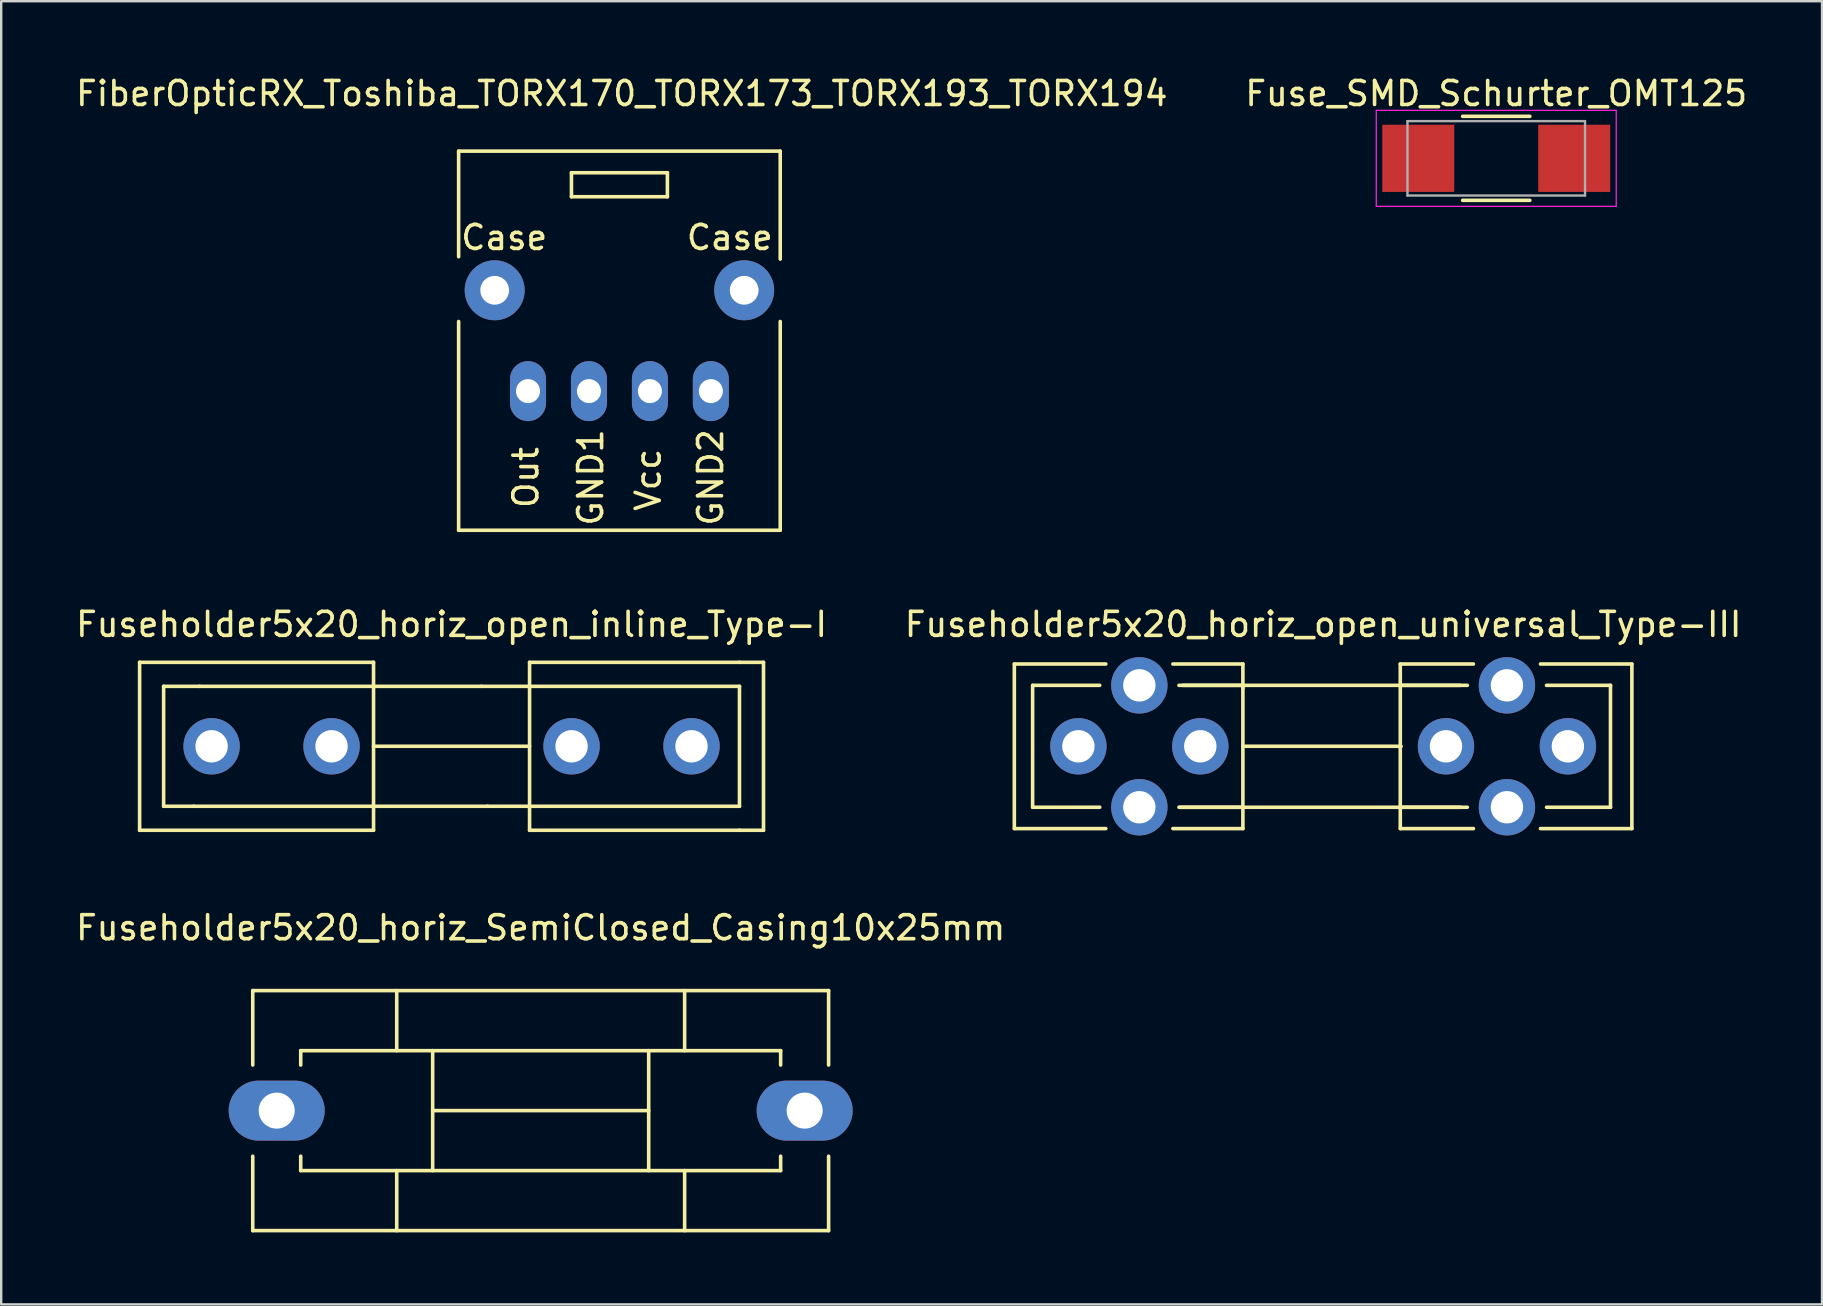
<source format=kicad_pcb>
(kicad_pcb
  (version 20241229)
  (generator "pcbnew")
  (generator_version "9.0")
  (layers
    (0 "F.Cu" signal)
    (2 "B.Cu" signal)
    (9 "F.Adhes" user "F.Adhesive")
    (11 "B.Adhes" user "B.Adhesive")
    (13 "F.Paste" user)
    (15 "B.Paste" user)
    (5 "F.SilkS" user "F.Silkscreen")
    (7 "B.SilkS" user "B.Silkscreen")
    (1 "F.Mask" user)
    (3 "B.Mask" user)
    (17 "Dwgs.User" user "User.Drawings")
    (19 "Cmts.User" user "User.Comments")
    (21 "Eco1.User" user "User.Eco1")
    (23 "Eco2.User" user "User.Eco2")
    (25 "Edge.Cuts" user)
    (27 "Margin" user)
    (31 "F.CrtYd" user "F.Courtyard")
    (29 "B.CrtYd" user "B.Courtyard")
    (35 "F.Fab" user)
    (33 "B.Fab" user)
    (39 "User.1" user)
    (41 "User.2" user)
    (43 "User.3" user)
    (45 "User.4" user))
  (footprint "Fuseholder5x20_horiz_open_inline_Type-I"
    (layer "F.Cu")
    (at 15.768 28.051)
    (property "Reference" "Fuseholder5x20_horiz_open_inline_Type-I" (at 0 -5.08 0) (layer "F.SilkS") (effects (font (size 1 1) (thickness 0.15))))
    (attr through_hole)
    (fp_line (start -13 -3.5) (end -13 3.5) (stroke (width 0.15) (type solid)) (layer "F.SilkS"))
    (fp_line (start -11.999 -2.499) (end -11.999 2.499) (stroke (width 0.15) (type solid)) (layer "F.SilkS"))
    (fp_line (start -10.749 2.499) (end -11.999 2.499) (stroke (width 0.15) (type solid)) (layer "F.SilkS"))
    (fp_line (start -10.5 -2.499) (end -11.999 -2.499) (stroke (width 0.15) (type solid)) (layer "F.SilkS"))
    (fp_line (start -3.251 -3.5) (end -13 -3.5) (stroke (width 0.15) (type solid)) (layer "F.SilkS"))
    (fp_line (start -3.251 -3.5) (end -3.251 3.5) (stroke (width 0.15) (type solid)) (layer "F.SilkS"))
    (fp_line (start -3.251 3.5) (end -13 3.5) (stroke (width 0.15) (type solid)) (layer "F.SilkS"))
    (fp_line (start 1.25 -2.499) (end -10.5 -2.499) (stroke (width 0.15) (type solid)) (layer "F.SilkS"))
    (fp_line (start 1.501 2.499) (end -10.749 2.499) (stroke (width 0.15) (type solid)) (layer "F.SilkS"))
    (fp_line (start 3.251 -3.5) (end 3.251 3.5) (stroke (width 0.15) (type solid)) (layer "F.SilkS"))
    (fp_line (start 3.251 0) (end -3.251 0) (stroke (width 0.15) (type solid)) (layer "F.SilkS"))
    (fp_line (start 11.999 -3.5) (end 3.251 -3.5) (stroke (width 0.15) (type solid)) (layer "F.SilkS"))
    (fp_line (start 11.999 -2.499) (end 1.25 -2.499) (stroke (width 0.15) (type solid)) (layer "F.SilkS"))
    (fp_line (start 11.999 -2.499) (end 11.999 2.499) (stroke (width 0.15) (type solid)) (layer "F.SilkS"))
    (fp_line (start 11.999 2.499) (end 1.501 2.499) (stroke (width 0.15) (type solid)) (layer "F.SilkS"))
    (fp_line (start 11.999 3.5) (end 3.251 3.5) (stroke (width 0.15) (type solid)) (layer "F.SilkS"))
    (fp_line (start 13 -3.5) (end 11.999 -3.5) (stroke (width 0.15) (type solid)) (layer "F.SilkS"))
    (fp_line (start 13 -3.5) (end 13 3.5) (stroke (width 0.15) (type solid)) (layer "F.SilkS"))
    (fp_line (start 13 3.5) (end 11.999 3.5) (stroke (width 0.15) (type solid)) (layer "F.SilkS"))
    (pad "1" thru_hole circle (at -10 0) (size 2.349 2.349) (drill 1.349) (layers "*.Cu" "*.Mask"))
    (pad "1" thru_hole circle (at -5.001 0) (size 2.349 2.349) (drill 1.349) (layers "*.Cu" "*.Mask"))
    (pad "2" thru_hole circle (at 5.001 0) (size 2.349 2.349) (drill 1.349) (layers "*.Cu" "*.Mask"))
    (pad "2" thru_hole circle (at 10 0) (size 2.349 2.349) (drill 1.349) (layers "*.Cu" "*.Mask")))
  (footprint "Fuse_SMD_Schurter_OMT125"
    (layer "F.Cu")
    (at 59.304 3.548)
    (property "Reference" "Fuse_SMD_Schurter_OMT125" (at 0 -2.7 0) (layer "F.SilkS") (effects (font (size 1 1) (thickness 0.15))))
    (attr smd)
    (fp_line (start -1.4 -1.75) (end 1.4 -1.75) (stroke (width 0.15) (type solid)) (layer "F.SilkS"))
    (fp_line (start -1.4 1.75) (end 1.4 1.75) (stroke (width 0.15) (type solid)) (layer "F.SilkS"))
    (fp_line (start -5 -2) (end -5 2) (stroke (width 0.05) (type solid)) (layer "F.CrtYd"))
    (fp_line (start -5 2) (end 5 2) (stroke (width 0.05) (type solid)) (layer "F.CrtYd"))
    (fp_line (start 5 -2) (end -5 -2) (stroke (width 0.05) (type solid)) (layer "F.CrtYd"))
    (fp_line (start 5 -2) (end 5 2) (stroke (width 0.05) (type solid)) (layer "F.CrtYd"))
    (fp_line (start -3.7 -1.55) (end -3.7 1.55) (stroke (width 0.1) (type solid)) (layer "F.Fab"))
    (fp_line (start -3.7 1.55) (end 3.7 1.55) (stroke (width 0.1) (type solid)) (layer "F.Fab"))
    (fp_line (start 3.7 -1.55) (end -3.7 -1.55) (stroke (width 0.1) (type solid)) (layer "F.Fab"))
    (fp_line (start 3.7 1.55) (end 3.7 -1.55) (stroke (width 0.1) (type solid)) (layer "F.Fab"))
    (pad "1" smd rect (at -3.25 0) (size 3 2.8) (layers "F.Cu" "F.Mask" "F.Paste"))
    (pad "2" smd rect (at 3.25 0) (size 3 2.8) (layers "F.Cu" "F.Mask" "F.Paste")))
  (footprint "Fuseholder5x20_horiz_SemiClosed_Casing10x25mm"
    (layer "F.Cu")
    (at 19.482 43.234)
    (property "Reference" "Fuseholder5x20_horiz_SemiClosed_Casing10x25mm" (at 0 -7.62 0) (layer "F.SilkS") (effects (font (size 1 1) (thickness 0.15))))
    (attr through_hole)
    (fp_line (start -11.999 -5.001) (end -11.999 -1.9) (stroke (width 0.15) (type solid)) (layer "F.SilkS"))
    (fp_line (start -11.999 1.9) (end -11.999 5.001) (stroke (width 0.15) (type solid)) (layer "F.SilkS"))
    (fp_line (start -11.999 5.001) (end 11.999 5.001) (stroke (width 0.15) (type solid)) (layer "F.SilkS"))
    (fp_line (start -10 -2.499) (end -10 -1.9) (stroke (width 0.15) (type solid)) (layer "F.SilkS"))
    (fp_line (start -10 1.9) (end -10 2.499) (stroke (width 0.15) (type solid)) (layer "F.SilkS"))
    (fp_line (start -10 2.499) (end 10 2.499) (stroke (width 0.15) (type solid)) (layer "F.SilkS"))
    (fp_line (start -5.999 -2.499) (end -5.999 -5.001) (stroke (width 0.15) (type solid)) (layer "F.SilkS"))
    (fp_line (start -5.999 5.001) (end -5.999 2.499) (stroke (width 0.15) (type solid)) (layer "F.SilkS"))
    (fp_line (start -4.501 -2.499) (end -4.501 2.499) (stroke (width 0.15) (type solid)) (layer "F.SilkS"))
    (fp_line (start -4.501 0) (end 4.501 0) (stroke (width 0.15) (type solid)) (layer "F.SilkS"))
    (fp_line (start 4.501 -2.499) (end 4.501 2.499) (stroke (width 0.15) (type solid)) (layer "F.SilkS"))
    (fp_line (start 5.999 -5.001) (end 5.999 -2.499) (stroke (width 0.15) (type solid)) (layer "F.SilkS"))
    (fp_line (start 5.999 5.001) (end 5.999 2.499) (stroke (width 0.15) (type solid)) (layer "F.SilkS"))
    (fp_line (start 10 -2.499) (end -10 -2.499) (stroke (width 0.15) (type solid)) (layer "F.SilkS"))
    (fp_line (start 10 -1.9) (end 10 -2.499) (stroke (width 0.15) (type solid)) (layer "F.SilkS"))
    (fp_line (start 10 2.499) (end 10 1.9) (stroke (width 0.15) (type solid)) (layer "F.SilkS"))
    (fp_line (start 11.999 -5.001) (end -11.999 -5.001) (stroke (width 0.15) (type solid)) (layer "F.SilkS"))
    (fp_line (start 11.999 -1.9) (end 11.999 -5.001) (stroke (width 0.15) (type solid)) (layer "F.SilkS"))
    (fp_line (start 11.999 5.001) (end 11.999 1.9) (stroke (width 0.15) (type solid)) (layer "F.SilkS"))
    (pad "1" thru_hole oval (at -11.001 0 270) (size 2.499 4) (drill 1.501) (layers "*.Cu" "*.Mask"))
    (pad "2" thru_hole oval (at 11.001 0 270) (size 2.499 4) (drill 1.501) (layers "*.Cu" "*.Mask")))
  (footprint "FiberOpticRX_Toshiba_TORX170_TORX173_TORX193_TORX194"
    (layer "F.Cu")
    (at 22.764 11.148)
    (property "Reference" "FiberOpticRX_Toshiba_TORX170_TORX173_TORX193_TORX194" (at 0.099 -10.3 0) (layer "F.SilkS") (effects (font (size 1 1) (thickness 0.15))))
    (attr through_hole)
    (fp_line (start -6.701 -7.899) (end -6.701 -3.5) (stroke (width 0.15) (type solid)) (layer "F.SilkS"))
    (fp_line (start -6.701 7.899) (end -6.701 -0.8) (stroke (width 0.15) (type solid)) (layer "F.SilkS"))
    (fp_line (start -6.701 7.899) (end 6.701 7.899) (stroke (width 0.15) (type solid)) (layer "F.SilkS"))
    (fp_line (start -1.999 -7) (end 1.999 -7) (stroke (width 0.15) (type solid)) (layer "F.SilkS"))
    (fp_line (start -1.999 -5.999) (end -1.999 -7) (stroke (width 0.15) (type solid)) (layer "F.SilkS"))
    (fp_line (start 1.999 -7) (end 1.999 -5.999) (stroke (width 0.15) (type solid)) (layer "F.SilkS"))
    (fp_line (start 1.999 -5.999) (end -1.999 -5.999) (stroke (width 0.15) (type solid)) (layer "F.SilkS"))
    (fp_line (start 6.701 -7.899) (end -6.701 -7.899) (stroke (width 0.15) (type solid)) (layer "F.SilkS"))
    (fp_line (start 6.701 -7.899) (end 6.701 -3.401) (stroke (width 0.15) (type solid)) (layer "F.SilkS"))
    (fp_line (start 6.701 7.899) (end 6.701 -0.8) (stroke (width 0.15) (type solid)) (layer "F.SilkS"))
    (fp_text user "Out" (at -3.899 5.7 90) (layer "F.SilkS") (effects (font (size 1 1) (thickness 0.15))))
    (fp_text user "Case" (at 4.6 -4.3 0) (layer "F.SilkS") (effects (font (size 1 1) (thickness 0.15))))
    (fp_text user "Case" (at -4.801 -4.3 0) (layer "F.SilkS") (effects (font (size 1 1) (thickness 0.15))))
    (fp_text user "Vcc" (at 1.199 5.799 90) (layer "F.SilkS") (effects (font (size 1 1) (thickness 0.15))))
    (fp_text user "GND2" (at 3.8 5.7 90) (layer "F.SilkS") (effects (font (size 1 1) (thickness 0.15))))
    (fp_text user "GND1" (at -1.199 5.7 90) (layer "F.SilkS") (effects (font (size 1 1) (thickness 0.15))))
    (pad "1" thru_hole oval (at -3.81 2.101) (size 1.501 2.499) (drill 1.001) (layers "*.Cu" "*.Mask"))
    (pad "2" thru_hole oval (at -1.27 2.101) (size 1.501 2.499) (drill 1.001) (layers "*.Cu" "*.Mask"))
    (pad "3" thru_hole oval (at 1.27 2.101) (size 1.501 2.499) (drill 1.001) (layers "*.Cu" "*.Mask"))
    (pad "4" thru_hole oval (at 3.81 2.101) (size 1.501 2.499) (drill 1.001) (layers "*.Cu" "*.Mask"))
    (pad "5" thru_hole circle (at 5.199 -2.101) (size 2.499 2.499) (drill 1.199) (layers "*.Cu" "*.Mask"))
    (pad "6" thru_hole circle (at -5.199 -2.101) (size 2.499 2.499) (drill 1.199) (layers "*.Cu" "*.Mask")))
  (footprint "Fuseholder5x20_horiz_open_universal_Type-III"
    (layer "F.Cu")
    (at 52.089 28.051)
    (property "Reference" "Fuseholder5x20_horiz_open_universal_Type-III" (at 0 -5.08 0) (layer "F.SilkS") (effects (font (size 1 1) (thickness 0.15))))
    (attr through_hole)
    (fp_line (start -12.868 -3.429) (end -12.868 3.429) (stroke (width 0.15) (type solid)) (layer "F.SilkS"))
    (fp_line (start -12.865 -3.429) (end -9.055 -3.429) (stroke (width 0.15) (type solid)) (layer "F.SilkS"))
    (fp_line (start -12.865 3.429) (end -9.055 3.429) (stroke (width 0.15) (type solid)) (layer "F.SilkS"))
    (fp_line (start -12.106 -2.54) (end -12.106 2.54) (stroke (width 0.15) (type solid)) (layer "F.SilkS"))
    (fp_line (start -12.103 -2.54) (end -9.309 -2.54) (stroke (width 0.15) (type solid)) (layer "F.SilkS"))
    (fp_line (start -12.103 2.54) (end -9.309 2.54) (stroke (width 0.15) (type solid)) (layer "F.SilkS"))
    (fp_line (start -5.842 -2.54) (end 5.715 -2.54) (stroke (width 0.15) (type solid)) (layer "F.SilkS"))
    (fp_line (start -3.343 -3.429) (end -3.343 -2.413) (stroke (width 0.15) (type solid)) (layer "F.SilkS"))
    (fp_line (start -3.343 0) (end -3.343 -2.54) (stroke (width 0.15) (type solid)) (layer "F.SilkS"))
    (fp_line (start -3.343 2.54) (end -3.343 0) (stroke (width 0.15) (type solid)) (layer "F.SilkS"))
    (fp_line (start -3.343 3.429) (end -3.343 2.54) (stroke (width 0.15) (type solid)) (layer "F.SilkS"))
    (fp_line (start -3.34 -3.429) (end -6.261 -3.429) (stroke (width 0.15) (type solid)) (layer "F.SilkS"))
    (fp_line (start -3.34 -2.54) (end -6.007 -2.54) (stroke (width 0.15) (type solid)) (layer "F.SilkS"))
    (fp_line (start -3.34 2.54) (end -6.007 2.54) (stroke (width 0.15) (type solid)) (layer "F.SilkS"))
    (fp_line (start -3.34 3.429) (end -6.261 3.429) (stroke (width 0.15) (type solid)) (layer "F.SilkS"))
    (fp_line (start -3.251 0) (end 3.251 0) (stroke (width 0.15) (type solid)) (layer "F.SilkS"))
    (fp_line (start 3.216 -3.429) (end 3.216 -2.54) (stroke (width 0.15) (type solid)) (layer "F.SilkS"))
    (fp_line (start 3.216 -3.429) (end 6.264 -3.429) (stroke (width 0.15) (type solid)) (layer "F.SilkS"))
    (fp_line (start 3.216 -2.54) (end 6.01 -2.54) (stroke (width 0.15) (type solid)) (layer "F.SilkS"))
    (fp_line (start 3.216 0) (end 3.216 -2.54) (stroke (width 0.15) (type solid)) (layer "F.SilkS"))
    (fp_line (start 3.216 2.54) (end 3.216 0) (stroke (width 0.15) (type solid)) (layer "F.SilkS"))
    (fp_line (start 3.216 2.54) (end 6.01 2.54) (stroke (width 0.15) (type solid)) (layer "F.SilkS"))
    (fp_line (start 3.216 3.429) (end 3.216 2.54) (stroke (width 0.15) (type solid)) (layer "F.SilkS"))
    (fp_line (start 3.216 3.429) (end 6.264 3.429) (stroke (width 0.15) (type solid)) (layer "F.SilkS"))
    (fp_line (start 5.715 2.54) (end -5.969 2.54) (stroke (width 0.15) (type solid)) (layer "F.SilkS"))
    (fp_line (start 11.976 -2.54) (end 11.976 2.54) (stroke (width 0.15) (type solid)) (layer "F.SilkS"))
    (fp_line (start 11.979 -2.54) (end 9.312 -2.54) (stroke (width 0.15) (type solid)) (layer "F.SilkS"))
    (fp_line (start 11.979 2.54) (end 9.312 2.54) (stroke (width 0.15) (type solid)) (layer "F.SilkS"))
    (fp_line (start 12.868 -3.429) (end 9.058 -3.429) (stroke (width 0.15) (type solid)) (layer "F.SilkS"))
    (fp_line (start 12.868 -3.429) (end 12.868 3.429) (stroke (width 0.15) (type solid)) (layer "F.SilkS"))
    (fp_line (start 12.868 3.429) (end 9.058 3.429) (stroke (width 0.15) (type solid)) (layer "F.SilkS"))
    (pad "1" thru_hole circle (at -10.198 0) (size 2.349 2.349) (drill 1.349) (layers "*.Cu" "*.Mask"))
    (pad "1" thru_hole circle (at -7.658 -2.54) (size 2.349 2.349) (drill 1.349) (layers "*.Cu" "*.Mask"))
    (pad "1" thru_hole circle (at -7.658 2.54) (size 2.349 2.349) (drill 1.349) (layers "*.Cu" "*.Mask"))
    (pad "1" thru_hole circle (at -5.118 0) (size 2.349 2.349) (drill 1.349) (layers "*.Cu" "*.Mask"))
    (pad "2" thru_hole circle (at 5.121 0) (size 2.349 2.349) (drill 1.349) (layers "*.Cu" "*.Mask"))
    (pad "2" thru_hole circle (at 7.661 -2.54) (size 2.349 2.349) (drill 1.349) (layers "*.Cu" "*.Mask"))
    (pad "2" thru_hole circle (at 7.661 2.54) (size 2.349 2.349) (drill 1.349) (layers "*.Cu" "*.Mask"))
    (pad "2" thru_hole circle (at 10.201 0) (size 2.349 2.349) (drill 1.349) (layers "*.Cu" "*.Mask")))
  (gr_rect
    (start -3 -3)
    (end 72.881 51.31)
    (stroke (width 0.1) (type default))
    (fill no)
    (layer "Edge.Cuts")))
</source>
